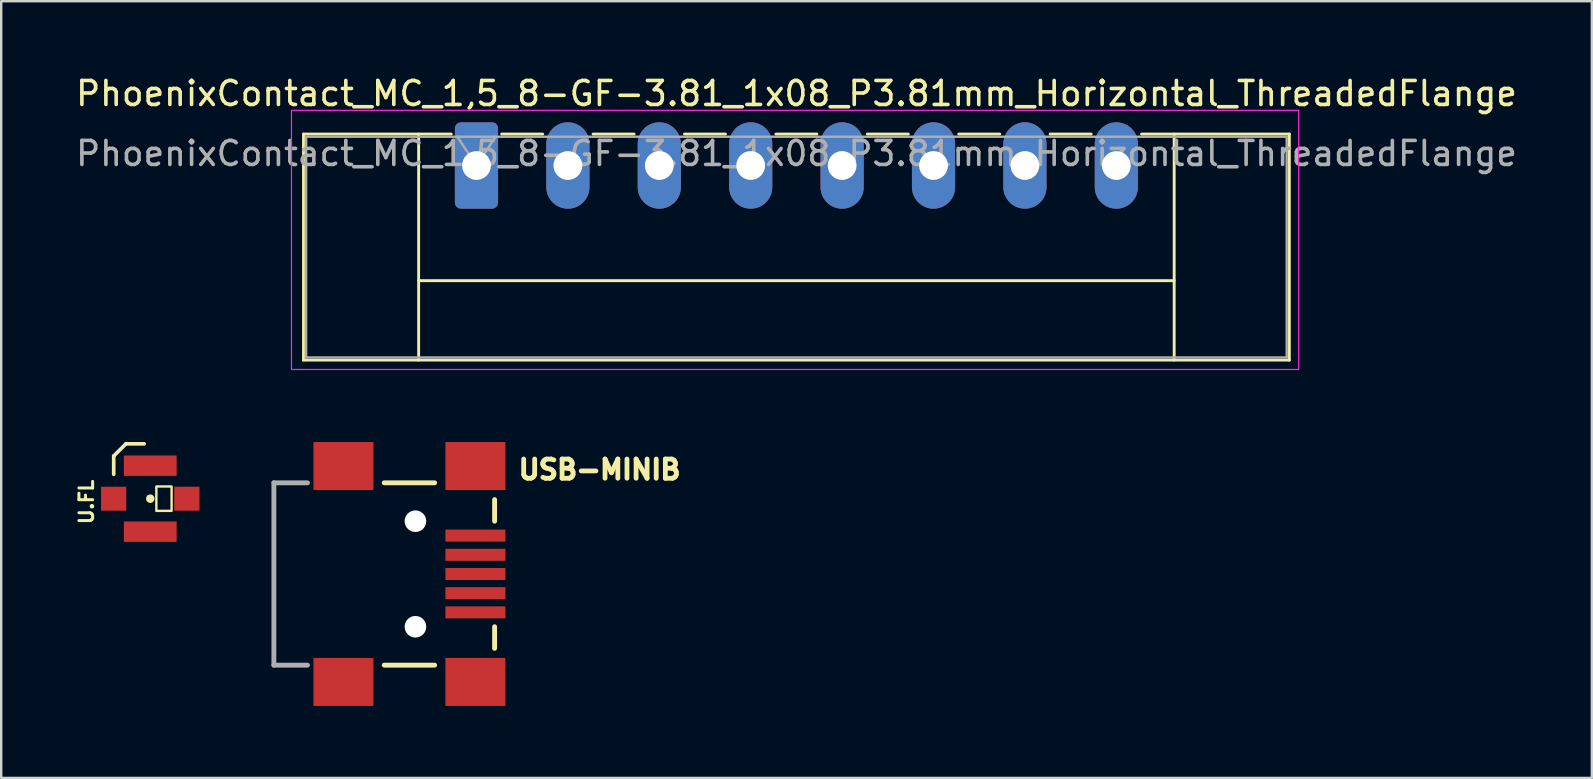
<source format=kicad_pcb>
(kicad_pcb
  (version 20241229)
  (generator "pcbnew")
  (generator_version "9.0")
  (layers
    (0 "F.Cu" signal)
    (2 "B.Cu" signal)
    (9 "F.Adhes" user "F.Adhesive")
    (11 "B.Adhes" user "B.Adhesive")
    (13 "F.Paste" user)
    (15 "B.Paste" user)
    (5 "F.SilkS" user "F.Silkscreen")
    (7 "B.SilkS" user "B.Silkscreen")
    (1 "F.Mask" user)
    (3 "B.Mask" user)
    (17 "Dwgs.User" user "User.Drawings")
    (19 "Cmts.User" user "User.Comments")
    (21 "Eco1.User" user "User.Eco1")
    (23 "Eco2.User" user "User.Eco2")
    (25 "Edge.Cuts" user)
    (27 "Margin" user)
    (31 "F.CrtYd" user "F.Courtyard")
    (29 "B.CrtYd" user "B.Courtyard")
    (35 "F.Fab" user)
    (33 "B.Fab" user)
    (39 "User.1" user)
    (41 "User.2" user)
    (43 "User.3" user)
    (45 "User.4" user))
  (footprint "PhoenixContact_MC_1,5_8-GF-3.81_1x08_P3.81mm_Horizontal_ThreadedFlange"
    (layer "F.Cu")
    (at 16.809 3.848)
    (property "Reference" "PhoenixContact_MC_1,5_8-GF-3.81_1x08_P3.81mm_Horizontal_ThreadedFlange" (at 13.34 -3 0) (layer "F.SilkS") (effects (font (size 1 1) (thickness 0.15))))
    (attr through_hole)
    (fp_line (start -7.21 -1.31) (end -7.21 8.11) (stroke (width 0.12) (type solid)) (layer "F.SilkS"))
    (fp_line (start -7.21 -1.31) (end -1.05 -1.31) (stroke (width 0.12) (type solid)) (layer "F.SilkS"))
    (fp_line (start -7.21 8.11) (end 33.88 8.11) (stroke (width 0.12) (type solid)) (layer "F.SilkS"))
    (fp_line (start -2.41 -1.31) (end -2.41 8.11) (stroke (width 0.12) (type solid)) (layer "F.SilkS"))
    (fp_line (start -2.41 4.8) (end 29.08 4.8) (stroke (width 0.12) (type solid)) (layer "F.SilkS"))
    (fp_line (start 1.05 -1.31) (end 2.76 -1.31) (stroke (width 0.12) (type solid)) (layer "F.SilkS"))
    (fp_line (start 4.86 -1.31) (end 6.57 -1.31) (stroke (width 0.12) (type solid)) (layer "F.SilkS"))
    (fp_line (start 8.67 -1.31) (end 10.38 -1.31) (stroke (width 0.12) (type solid)) (layer "F.SilkS"))
    (fp_line (start 12.48 -1.31) (end 14.19 -1.31) (stroke (width 0.12) (type solid)) (layer "F.SilkS"))
    (fp_line (start 16.29 -1.31) (end 18 -1.31) (stroke (width 0.12) (type solid)) (layer "F.SilkS"))
    (fp_line (start 20.1 -1.31) (end 21.81 -1.31) (stroke (width 0.12) (type solid)) (layer "F.SilkS"))
    (fp_line (start 23.91 -1.31) (end 25.62 -1.31) (stroke (width 0.12) (type solid)) (layer "F.SilkS"))
    (fp_line (start 29.08 -1.31) (end 29.08 8.11) (stroke (width 0.12) (type solid)) (layer "F.SilkS"))
    (fp_line (start 33.88 -1.31) (end 27.72 -1.31) (stroke (width 0.12) (type solid)) (layer "F.SilkS"))
    (fp_line (start 33.88 8.11) (end 33.88 -1.31) (stroke (width 0.12) (type solid)) (layer "F.SilkS"))
    (fp_line (start -7.71 -2.3) (end -7.71 8.5) (stroke (width 0.05) (type solid)) (layer "F.CrtYd"))
    (fp_line (start -7.71 8.5) (end 34.27 8.5) (stroke (width 0.05) (type solid)) (layer "F.CrtYd"))
    (fp_line (start 34.27 -2.3) (end -7.71 -2.3) (stroke (width 0.05) (type solid)) (layer "F.CrtYd"))
    (fp_line (start 34.27 8.5) (end 34.27 -2.3) (stroke (width 0.05) (type solid)) (layer "F.CrtYd"))
    (fp_line (start -7.1 -1.2) (end -7.1 8) (stroke (width 0.1) (type solid)) (layer "F.Fab"))
    (fp_line (start -7.1 8) (end 33.77 8) (stroke (width 0.1) (type solid)) (layer "F.Fab"))
    (fp_line (start 0 0) (end -0.8 -1.2) (stroke (width 0.1) (type solid)) (layer "F.Fab"))
    (fp_line (start 0.8 -1.2) (end 0 0) (stroke (width 0.1) (type solid)) (layer "F.Fab"))
    (fp_line (start 33.77 -1.2) (end -7.1 -1.2) (stroke (width 0.1) (type solid)) (layer "F.Fab"))
    (fp_line (start 33.77 8) (end 33.77 -1.2) (stroke (width 0.1) (type solid)) (layer "F.Fab"))
    (fp_text user "${REFERENCE}" (at 13.34 -0.5 0) (layer "F.Fab") (effects (font (size 1 1) (thickness 0.15))))
    (pad "1" thru_hole roundrect (at 0 0) (size 1.8 3.6) (drill 1.2) (layers "*.Cu" "*.Mask") (roundrect_rratio 0.139))
    (pad "2" thru_hole oval (at 3.81 0) (size 1.8 3.6) (drill 1.2) (layers "*.Cu" "*.Mask"))
    (pad "3" thru_hole oval (at 7.62 0) (size 1.8 3.6) (drill 1.2) (layers "*.Cu" "*.Mask"))
    (pad "4" thru_hole oval (at 11.43 0) (size 1.8 3.6) (drill 1.2) (layers "*.Cu" "*.Mask"))
    (pad "5" thru_hole oval (at 15.24 0) (size 1.8 3.6) (drill 1.2) (layers "*.Cu" "*.Mask"))
    (pad "6" thru_hole oval (at 19.05 0) (size 1.8 3.6) (drill 1.2) (layers "*.Cu" "*.Mask"))
    (pad "7" thru_hole oval (at 22.86 0) (size 1.8 3.6) (drill 1.2) (layers "*.Cu" "*.Mask"))
    (pad "8" thru_hole oval (at 26.67 0) (size 1.8 3.6) (drill 1.2) (layers "*.Cu" "*.Mask")))
  (footprint "U.FL"
    (layer "F.Cu")
    (at 3.213 17.735)
    (property "Reference" "U.FL" (at -2.66 1.13 270) (layer "F.SilkS") (effects (font (size 0.571 0.571) (thickness 0.125) (bold yes)) (justify left)))
    (fp_line (start -1.524 -1.778) (end -1.016 -2.286) (stroke (width 0.152) (type solid)) (layer "F.SilkS"))
    (fp_line (start -1.524 -1.016) (end -1.524 -1.778) (stroke (width 0.152) (type solid)) (layer "F.SilkS"))
    (fp_line (start -1.016 -2.286) (end -0.254 -2.286) (stroke (width 0.152) (type solid)) (layer "F.SilkS"))
    (fp_circle (center 0 0) (end 0.089 0) (stroke (width 0.178) (type solid)) (fill no) (layer "F.SilkS"))
    (fp_poly (pts (xy 0.889 0.508) (xy 0.254 0.508) (xy 0.254 -0.508) (xy 0.889 -0.508)) (stroke (width 0.1) (type solid)) (fill no) (layer "F.SilkS"))
    (pad "1" smd rect (at 0 -1.375) (size 2.2 0.85) (layers "F.Cu" "F.Mask" "F.Paste"))
    (pad "2" smd rect (at 0 1.375) (size 2.2 0.85) (layers "F.Cu" "F.Mask" "F.Paste"))
    (pad "FEED" smd rect (at 1.525 0) (size 1.05 1) (layers "F.Cu" "F.Mask" "F.Paste"))
    (pad "NC" smd rect (at -1.525 0) (size 1.05 1) (layers "F.Cu" "F.Mask")))
  (footprint "USB-MINIB"
    (layer "F.Cu")
    (at 14.265 20.873)
    (property "Reference" "USB-MINIB" (at 4.19 -4.35 0) (layer "F.SilkS") (effects (font (size 0.8 0.8) (thickness 0.2)) (justify left)))
    (fp_line (start -1.3 -3.8) (end 0.8 -3.8) (stroke (width 0.203) (type solid)) (layer "F.SilkS"))
    (fp_line (start 0.8 3.8) (end -1.3 3.8) (stroke (width 0.203) (type solid)) (layer "F.SilkS"))
    (fp_line (start 3.3 -3.1) (end 3.3 -2.2) (stroke (width 0.203) (type solid)) (layer "F.SilkS"))
    (fp_line (start 3.3 2.2) (end 3.3 3.1) (stroke (width 0.203) (type solid)) (layer "F.SilkS"))
    (fp_line (start -5.9 -3.8) (end -5.9 3.8) (stroke (width 0.203) (type solid)) (layer "F.Fab"))
    (fp_line (start -5.9 -3.8) (end -4.5 -3.8) (stroke (width 0.203) (type solid)) (layer "F.Fab"))
    (fp_line (start -5.9 3.8) (end -4.5 3.8) (stroke (width 0.203) (type solid)) (layer "F.Fab"))
    (pad "" np_thru_hole circle (at 0 -2.2) (size 0.9 0.9) (drill 0.9) (layers "*.Cu" "*.Mask"))
    (pad "" np_thru_hole circle (at 0 2.2) (size 0.9 0.9) (drill 0.9) (layers "*.Cu" "*.Mask"))
    (pad "A1" smd rect (at 2.5 1.6) (size 2.5 0.5) (layers "F.Cu" "F.Mask" "F.Paste"))
    (pad "A4" smd rect (at 2.5 -1.6) (size 2.5 0.5) (layers "F.Cu" "F.Mask" "F.Paste"))
    (pad "A6" smd rect (at 2.5 0) (size 2.5 0.5) (layers "F.Cu" "F.Mask" "F.Paste"))
    (pad "A7" smd rect (at 2.5 -0.8) (size 2.5 0.5) (layers "F.Cu" "F.Mask" "F.Paste"))
    (pad "ID" smd rect (at 2.5 0.8) (size 2.5 0.5) (layers "F.Cu" "F.Mask" "F.Paste"))
    (pad "S1" smd rect (at -3 -4.5) (size 2.5 2) (layers "F.Cu" "F.Mask" "F.Paste"))
    (pad "S1" smd rect (at -3 4.5) (size 2.5 2) (layers "F.Cu" "F.Mask" "F.Paste"))
    (pad "S1" smd rect (at 2.5 -4.5) (size 2.5 2) (layers "F.Cu" "F.Mask" "F.Paste"))
    (pad "S1" smd rect (at 2.5 4.5) (size 2.5 2) (layers "F.Cu" "F.Mask" "F.Paste")))
  (gr_rect
    (start -3 -3)
    (end 63.298 29.373)
    (stroke (width 0.1) (type default))
    (fill no)
    (layer "Edge.Cuts")))
</source>
